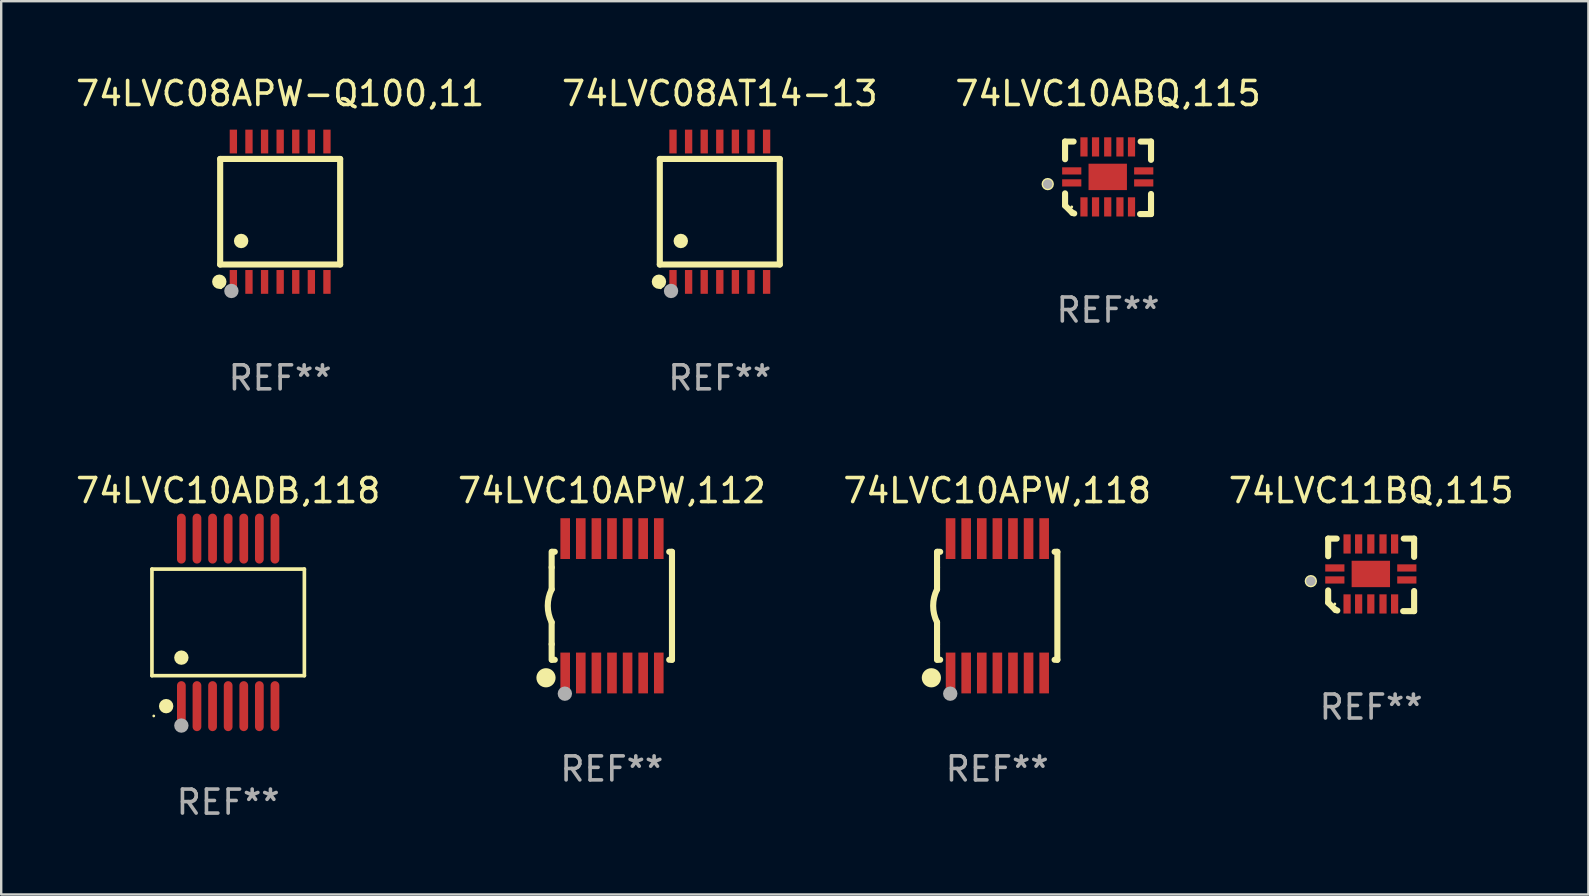
<source format=kicad_pcb>
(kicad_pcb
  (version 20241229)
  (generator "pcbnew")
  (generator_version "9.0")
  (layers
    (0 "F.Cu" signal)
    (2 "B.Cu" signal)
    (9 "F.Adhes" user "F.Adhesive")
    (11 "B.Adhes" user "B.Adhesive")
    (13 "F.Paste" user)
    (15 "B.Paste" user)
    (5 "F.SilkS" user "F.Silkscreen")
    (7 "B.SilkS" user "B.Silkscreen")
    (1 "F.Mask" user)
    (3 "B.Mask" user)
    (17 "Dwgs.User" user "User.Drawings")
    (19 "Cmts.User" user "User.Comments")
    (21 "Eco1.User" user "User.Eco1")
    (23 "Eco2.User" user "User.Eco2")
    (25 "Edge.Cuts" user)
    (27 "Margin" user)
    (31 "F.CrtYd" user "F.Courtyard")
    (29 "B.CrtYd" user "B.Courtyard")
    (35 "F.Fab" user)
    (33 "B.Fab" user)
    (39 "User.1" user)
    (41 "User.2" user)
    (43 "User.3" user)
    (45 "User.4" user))
  (footprint "74LVC08AT14-13"
    (layer "F.Cu")
    (at 26.946 5.773)
    (property "Reference" "74LVC08AT14-13" (at 0 -4.925 0) (layer "F.SilkS") (effects (font (size 1 1) (thickness 0.15))))
    (attr through_hole)
    (fp_line (start -2.5 2.2) (end -2.5 -2.2) (stroke (width 0.254) (type solid)) (layer "F.SilkS"))
    (fp_line (start -2.5 2.2) (end 2.5 2.2) (stroke (width 0.254) (type solid)) (layer "F.SilkS"))
    (fp_line (start 2.5 -2.2) (end -2.5 -2.2) (stroke (width 0.254) (type solid)) (layer "F.SilkS"))
    (fp_line (start 2.5 -2.2) (end 2.5 2.2) (stroke (width 0.254) (type solid)) (layer "F.SilkS"))
    (fp_circle (center -2.536 2.917) (end -2.386 2.917) (stroke (width 0.3) (type solid)) (fill no) (layer "F.SilkS"))
    (fp_circle (center -2.47 3.17) (end -2.44 3.17) (stroke (width 0.06) (type solid)) (fill no) (layer "F.SilkS"))
    (fp_circle (center -1.626 1.219) (end -1.475 1.219) (stroke (width 0.3) (type solid)) (fill no) (layer "F.SilkS"))
    (fp_circle (center -2.032 3.302) (end -1.882 3.302) (stroke (width 0.3) (type solid)) (fill no) (layer "F.Fab"))
    (fp_text user "REF**" (at 0 6.925 0) (layer "F.Fab") (effects (font (size 1 1) (thickness 0.15))))
    (pad "1" smd rect (at -1.95 2.925) (size 0.305 0.991) (layers "F.Cu" "F.Mask" "F.Paste"))
    (pad "2" smd rect (at -1.3 2.925) (size 0.305 0.991) (layers "F.Cu" "F.Mask" "F.Paste"))
    (pad "3" smd rect (at -0.65 2.925) (size 0.305 0.991) (layers "F.Cu" "F.Mask" "F.Paste"))
    (pad "4" smd rect (at 0 2.925) (size 0.305 0.991) (layers "F.Cu" "F.Mask" "F.Paste"))
    (pad "5" smd rect (at 0.65 2.925) (size 0.305 0.991) (layers "F.Cu" "F.Mask" "F.Paste"))
    (pad "6" smd rect (at 1.3 2.925) (size 0.305 0.991) (layers "F.Cu" "F.Mask" "F.Paste"))
    (pad "7" smd rect (at 1.95 2.925) (size 0.305 0.991) (layers "F.Cu" "F.Mask" "F.Paste"))
    (pad "8" smd rect (at 1.95 -2.925) (size 0.305 0.991) (layers "F.Cu" "F.Mask" "F.Paste"))
    (pad "9" smd rect (at 1.3 -2.925) (size 0.305 0.991) (layers "F.Cu" "F.Mask" "F.Paste"))
    (pad "10" smd rect (at 0.65 -2.925) (size 0.305 0.991) (layers "F.Cu" "F.Mask" "F.Paste"))
    (pad "11" smd rect (at 0 -2.925) (size 0.305 0.991) (layers "F.Cu" "F.Mask" "F.Paste"))
    (pad "12" smd rect (at -0.65 -2.925) (size 0.305 0.991) (layers "F.Cu" "F.Mask" "F.Paste"))
    (pad "13" smd rect (at -1.3 -2.925) (size 0.305 0.991) (layers "F.Cu" "F.Mask" "F.Paste"))
    (pad "14" smd rect (at -1.95 -2.925) (size 0.305 0.991) (layers "F.Cu" "F.Mask" "F.Paste")))
  (footprint "74LVC10ABQ,115"
    (layer "F.Cu")
    (at 43.125 4.36)
    (property "Reference" "74LVC10ABQ,115" (at 0 -3.511 0) (layer "F.SilkS") (effects (font (size 1 1) (thickness 0.15))))
    (attr through_hole)
    (fp_line (start -1.791 -1.511) (end -1.435 -1.511) (stroke (width 0.254) (type solid)) (layer "F.SilkS"))
    (fp_line (start -1.791 -0.775) (end -1.791 -1.511) (stroke (width 0.254) (type solid)) (layer "F.SilkS"))
    (fp_line (start -1.791 1.156) (end -1.791 0.648) (stroke (width 0.254) (type solid)) (layer "F.SilkS"))
    (fp_line (start -1.486 1.461) (end -1.791 1.156) (stroke (width 0.254) (type solid)) (layer "F.SilkS"))
    (fp_line (start -1.41 1.486) (end -1.486 1.461) (stroke (width 0.254) (type solid)) (layer "F.SilkS"))
    (fp_line (start 1.334 1.511) (end 1.791 1.511) (stroke (width 0.254) (type solid)) (layer "F.SilkS"))
    (fp_line (start 1.791 -1.511) (end 1.359 -1.511) (stroke (width 0.254) (type solid)) (layer "F.SilkS"))
    (fp_line (start 1.791 -0.749) (end 1.791 -1.511) (stroke (width 0.254) (type solid)) (layer "F.SilkS"))
    (fp_line (start 1.791 1.511) (end 1.791 0.673) (stroke (width 0.254) (type solid)) (layer "F.SilkS"))
    (fp_circle (center -2.513 0.262) (end -2.383 0.262) (stroke (width 0.254) (type solid)) (fill no) (layer "F.SilkS"))
    (fp_circle (center -1.513 1.212) (end -1.483 1.212) (stroke (width 0.06) (type solid)) (fill no) (layer "F.SilkS"))
    (fp_circle (center -2.513 0.262) (end -2.413 0.262) (stroke (width 0.2) (type solid)) (fill no) (layer "F.Fab"))
    (fp_text user "REF**" (at 0 5.511 0) (layer "F.Fab") (effects (font (size 1 1) (thickness 0.15))))
    (pad "1" smd rect (at -1.513 0.212) (size 0.8 0.3) (layers "F.Cu" "F.Mask" "F.Paste"))
    (pad "2" smd rect (at -1.003 1.212) (size 0.3 0.8) (layers "F.Cu" "F.Mask" "F.Paste"))
    (pad "3" smd rect (at -0.521 1.212) (size 0.3 0.8) (layers "F.Cu" "F.Mask" "F.Paste"))
    (pad "4" smd rect (at -0.013 1.212) (size 0.3 0.8) (layers "F.Cu" "F.Mask" "F.Paste"))
    (pad "5" smd rect (at 0.495 1.212) (size 0.3 0.8) (layers "F.Cu" "F.Mask" "F.Paste"))
    (pad "6" smd rect (at 0.978 1.212) (size 0.3 0.8) (layers "F.Cu" "F.Mask" "F.Paste"))
    (pad "7" smd rect (at 1.487 0.212) (size 0.8 0.3) (layers "F.Cu" "F.Mask" "F.Paste"))
    (pad "8" smd rect (at 1.487 -0.288) (size 0.8 0.3) (layers "F.Cu" "F.Mask" "F.Paste"))
    (pad "9" smd rect (at 0.978 -1.288) (size 0.3 0.8) (layers "F.Cu" "F.Mask" "F.Paste"))
    (pad "10" smd rect (at 0.495 -1.288) (size 0.3 0.8) (layers "F.Cu" "F.Mask" "F.Paste"))
    (pad "11" smd rect (at -0.013 -1.288) (size 0.3 0.8) (layers "F.Cu" "F.Mask" "F.Paste"))
    (pad "12" smd rect (at -0.521 -1.288) (size 0.3 0.8) (layers "F.Cu" "F.Mask" "F.Paste"))
    (pad "13" smd rect (at -1.003 -1.288) (size 0.3 0.8) (layers "F.Cu" "F.Mask" "F.Paste"))
    (pad "14" smd rect (at -1.513 -0.288) (size 0.8 0.3) (layers "F.Cu" "F.Mask" "F.Paste"))
    (pad "15" smd rect (at -0.013 -0.038 90) (size 1.1 1.6) (layers "F.Cu" "F.Mask" "F.Paste")))
  (footprint "74LVC11BQ,115"
    (layer "F.Cu")
    (at 54.089 20.906)
    (property "Reference" "74LVC11BQ,115" (at 0 -3.511 0) (layer "F.SilkS") (effects (font (size 1 1) (thickness 0.15))))
    (attr through_hole)
    (fp_line (start -1.791 -1.511) (end -1.435 -1.511) (stroke (width 0.254) (type solid)) (layer "F.SilkS"))
    (fp_line (start -1.791 -0.775) (end -1.791 -1.511) (stroke (width 0.254) (type solid)) (layer "F.SilkS"))
    (fp_line (start -1.791 1.156) (end -1.791 0.648) (stroke (width 0.254) (type solid)) (layer "F.SilkS"))
    (fp_line (start -1.486 1.461) (end -1.791 1.156) (stroke (width 0.254) (type solid)) (layer "F.SilkS"))
    (fp_line (start -1.41 1.486) (end -1.486 1.461) (stroke (width 0.254) (type solid)) (layer "F.SilkS"))
    (fp_line (start 1.334 1.511) (end 1.791 1.511) (stroke (width 0.254) (type solid)) (layer "F.SilkS"))
    (fp_line (start 1.791 -1.511) (end 1.359 -1.511) (stroke (width 0.254) (type solid)) (layer "F.SilkS"))
    (fp_line (start 1.791 -0.749) (end 1.791 -1.511) (stroke (width 0.254) (type solid)) (layer "F.SilkS"))
    (fp_line (start 1.791 1.511) (end 1.791 0.673) (stroke (width 0.254) (type solid)) (layer "F.SilkS"))
    (fp_circle (center -2.513 0.262) (end -2.383 0.262) (stroke (width 0.254) (type solid)) (fill no) (layer "F.SilkS"))
    (fp_circle (center -1.513 1.212) (end -1.483 1.212) (stroke (width 0.06) (type solid)) (fill no) (layer "F.SilkS"))
    (fp_circle (center -2.513 0.262) (end -2.413 0.262) (stroke (width 0.2) (type solid)) (fill no) (layer "F.Fab"))
    (fp_text user "REF**" (at 0 5.511 0) (layer "F.Fab") (effects (font (size 1 1) (thickness 0.15))))
    (pad "1" smd rect (at -1.513 0.212) (size 0.8 0.3) (layers "F.Cu" "F.Mask" "F.Paste"))
    (pad "2" smd rect (at -1.003 1.212) (size 0.3 0.8) (layers "F.Cu" "F.Mask" "F.Paste"))
    (pad "3" smd rect (at -0.521 1.212) (size 0.3 0.8) (layers "F.Cu" "F.Mask" "F.Paste"))
    (pad "4" smd rect (at -0.013 1.212) (size 0.3 0.8) (layers "F.Cu" "F.Mask" "F.Paste"))
    (pad "5" smd rect (at 0.495 1.212) (size 0.3 0.8) (layers "F.Cu" "F.Mask" "F.Paste"))
    (pad "6" smd rect (at 0.978 1.212) (size 0.3 0.8) (layers "F.Cu" "F.Mask" "F.Paste"))
    (pad "7" smd rect (at 1.487 0.212) (size 0.8 0.3) (layers "F.Cu" "F.Mask" "F.Paste"))
    (pad "8" smd rect (at 1.487 -0.288) (size 0.8 0.3) (layers "F.Cu" "F.Mask" "F.Paste"))
    (pad "9" smd rect (at 0.978 -1.288) (size 0.3 0.8) (layers "F.Cu" "F.Mask" "F.Paste"))
    (pad "10" smd rect (at 0.495 -1.288) (size 0.3 0.8) (layers "F.Cu" "F.Mask" "F.Paste"))
    (pad "11" smd rect (at -0.013 -1.288) (size 0.3 0.8) (layers "F.Cu" "F.Mask" "F.Paste"))
    (pad "12" smd rect (at -0.521 -1.288) (size 0.3 0.8) (layers "F.Cu" "F.Mask" "F.Paste"))
    (pad "13" smd rect (at -1.003 -1.288) (size 0.3 0.8) (layers "F.Cu" "F.Mask" "F.Paste"))
    (pad "14" smd rect (at -1.513 -0.288) (size 0.8 0.3) (layers "F.Cu" "F.Mask" "F.Paste"))
    (pad "15" smd rect (at -0.013 -0.038 90) (size 1.1 1.6) (layers "F.Cu" "F.Mask" "F.Paste")))
  (footprint "74LVC10APW,118"
    (layer "F.Cu")
    (at 38.506 22.195)
    (property "Reference" "74LVC10APW,118" (at 0 -4.8 0) (layer "F.SilkS") (effects (font (size 1 1) (thickness 0.15))))
    (attr through_hole)
    (fp_line (start -2.507 -1.6) (end -2.507 -2.25) (stroke (width 0.254) (type solid)) (layer "F.SilkS"))
    (fp_line (start -2.507 -0.686) (end -2.507 -1.6) (stroke (width 0.254) (type solid)) (layer "F.SilkS"))
    (fp_line (start -2.507 1.6) (end -2.507 0.686) (stroke (width 0.254) (type solid)) (layer "F.SilkS"))
    (fp_line (start -2.507 1.6) (end -2.507 2.25) (stroke (width 0.254) (type solid)) (layer "F.SilkS"))
    (fp_line (start -2.493 -2.25) (end -2.377 -2.25) (stroke (width 0.254) (type solid)) (layer "F.SilkS"))
    (fp_line (start -2.377 2.25) (end -2.493 2.25) (stroke (width 0.254) (type solid)) (layer "F.SilkS"))
    (fp_line (start 2.392 -2.25) (end 2.507 -2.25) (stroke (width 0.254) (type solid)) (layer "F.SilkS"))
    (fp_line (start 2.507 -2.25) (end 2.507 2.25) (stroke (width 0.254) (type solid)) (layer "F.SilkS"))
    (fp_line (start 2.507 2.25) (end 2.392 2.25) (stroke (width 0.254) (type solid)) (layer "F.SilkS"))
    (fp_arc (start -2.507303 0.685802) (mid -2.669199 0) (end -2.507303 -0.685801) (stroke (width 0.254001) (type solid)) (layer "F.SilkS"))
    (fp_circle (center -2.743 3) (end -2.543 3) (stroke (width 0.4) (type solid)) (fill no) (layer "F.SilkS"))
    (fp_circle (center -2.493 3.2) (end -2.463 3.2) (stroke (width 0.06) (type solid)) (fill no) (layer "F.SilkS"))
    (fp_circle (center -1.957 3.662) (end -1.807 3.662) (stroke (width 0.3) (type solid)) (fill no) (layer "F.Fab"))
    (fp_text user "REF**" (at 0 6.8 0) (layer "F.Fab") (effects (font (size 1 1) (thickness 0.15))))
    (pad "1" smd rect (at -1.943 2.8) (size 0.4 1.7) (layers "F.Cu" "F.Mask" "F.Paste"))
    (pad "2" smd rect (at -1.293 2.8) (size 0.4 1.7) (layers "F.Cu" "F.Mask" "F.Paste"))
    (pad "3" smd rect (at -0.643 2.8) (size 0.4 1.7) (layers "F.Cu" "F.Mask" "F.Paste"))
    (pad "4" smd rect (at 0.007 2.8) (size 0.4 1.7) (layers "F.Cu" "F.Mask" "F.Paste"))
    (pad "5" smd rect (at 0.657 2.8) (size 0.4 1.7) (layers "F.Cu" "F.Mask" "F.Paste"))
    (pad "6" smd rect (at 1.307 2.8) (size 0.4 1.7) (layers "F.Cu" "F.Mask" "F.Paste"))
    (pad "7" smd rect (at 1.957 2.8) (size 0.4 1.7) (layers "F.Cu" "F.Mask" "F.Paste"))
    (pad "8" smd rect (at 1.957 -2.8) (size 0.4 1.7) (layers "F.Cu" "F.Mask" "F.Paste"))
    (pad "9" smd rect (at 1.307 -2.8) (size 0.4 1.7) (layers "F.Cu" "F.Mask" "F.Paste"))
    (pad "10" smd rect (at 0.657 -2.8) (size 0.4 1.7) (layers "F.Cu" "F.Mask" "F.Paste"))
    (pad "11" smd rect (at 0.007 -2.8) (size 0.4 1.7) (layers "F.Cu" "F.Mask" "F.Paste"))
    (pad "12" smd rect (at -0.643 -2.8) (size 0.4 1.7) (layers "F.Cu" "F.Mask" "F.Paste"))
    (pad "13" smd rect (at -1.293 -2.8) (size 0.4 1.7) (layers "F.Cu" "F.Mask" "F.Paste"))
    (pad "14" smd rect (at -1.943 -2.8) (size 0.4 1.7) (layers "F.Cu" "F.Mask" "F.Paste")))
  (footprint "74LVC08APW-Q100,11"
    (layer "F.Cu")
    (at 8.625 5.773)
    (property "Reference" "74LVC08APW-Q100,11" (at 0 -4.925 0) (layer "F.SilkS") (effects (font (size 1 1) (thickness 0.15))))
    (attr through_hole)
    (fp_line (start -2.5 2.2) (end -2.5 -2.2) (stroke (width 0.254) (type solid)) (layer "F.SilkS"))
    (fp_line (start -2.5 2.2) (end 2.5 2.2) (stroke (width 0.254) (type solid)) (layer "F.SilkS"))
    (fp_line (start 2.5 -2.2) (end -2.5 -2.2) (stroke (width 0.254) (type solid)) (layer "F.SilkS"))
    (fp_line (start 2.5 -2.2) (end 2.5 2.2) (stroke (width 0.254) (type solid)) (layer "F.SilkS"))
    (fp_circle (center -2.536 2.917) (end -2.386 2.917) (stroke (width 0.3) (type solid)) (fill no) (layer "F.SilkS"))
    (fp_circle (center -2.47 3.17) (end -2.44 3.17) (stroke (width 0.06) (type solid)) (fill no) (layer "F.SilkS"))
    (fp_circle (center -1.626 1.219) (end -1.475 1.219) (stroke (width 0.3) (type solid)) (fill no) (layer "F.SilkS"))
    (fp_circle (center -2.032 3.302) (end -1.882 3.302) (stroke (width 0.3) (type solid)) (fill no) (layer "F.Fab"))
    (fp_text user "REF**" (at 0 6.925 0) (layer "F.Fab") (effects (font (size 1 1) (thickness 0.15))))
    (pad "1" smd rect (at -1.95 2.925) (size 0.305 0.991) (layers "F.Cu" "F.Mask" "F.Paste"))
    (pad "2" smd rect (at -1.3 2.925) (size 0.305 0.991) (layers "F.Cu" "F.Mask" "F.Paste"))
    (pad "3" smd rect (at -0.65 2.925) (size 0.305 0.991) (layers "F.Cu" "F.Mask" "F.Paste"))
    (pad "4" smd rect (at 0 2.925) (size 0.305 0.991) (layers "F.Cu" "F.Mask" "F.Paste"))
    (pad "5" smd rect (at 0.65 2.925) (size 0.305 0.991) (layers "F.Cu" "F.Mask" "F.Paste"))
    (pad "6" smd rect (at 1.3 2.925) (size 0.305 0.991) (layers "F.Cu" "F.Mask" "F.Paste"))
    (pad "7" smd rect (at 1.95 2.925) (size 0.305 0.991) (layers "F.Cu" "F.Mask" "F.Paste"))
    (pad "8" smd rect (at 1.95 -2.925) (size 0.305 0.991) (layers "F.Cu" "F.Mask" "F.Paste"))
    (pad "9" smd rect (at 1.3 -2.925) (size 0.305 0.991) (layers "F.Cu" "F.Mask" "F.Paste"))
    (pad "10" smd rect (at 0.65 -2.925) (size 0.305 0.991) (layers "F.Cu" "F.Mask" "F.Paste"))
    (pad "11" smd rect (at 0 -2.925) (size 0.305 0.991) (layers "F.Cu" "F.Mask" "F.Paste"))
    (pad "12" smd rect (at -0.65 -2.925) (size 0.305 0.991) (layers "F.Cu" "F.Mask" "F.Paste"))
    (pad "13" smd rect (at -1.3 -2.925) (size 0.305 0.991) (layers "F.Cu" "F.Mask" "F.Paste"))
    (pad "14" smd rect (at -1.95 -2.925) (size 0.305 0.991) (layers "F.Cu" "F.Mask" "F.Paste")))
  (footprint "74LVC10APW,112"
    (layer "F.Cu")
    (at 22.446 22.195)
    (property "Reference" "74LVC10APW,112" (at 0 -4.8 0) (layer "F.SilkS") (effects (font (size 1 1) (thickness 0.15))))
    (attr through_hole)
    (fp_line (start -2.507 -1.6) (end -2.507 -2.25) (stroke (width 0.254) (type solid)) (layer "F.SilkS"))
    (fp_line (start -2.507 -0.686) (end -2.507 -1.6) (stroke (width 0.254) (type solid)) (layer "F.SilkS"))
    (fp_line (start -2.507 1.6) (end -2.507 0.686) (stroke (width 0.254) (type solid)) (layer "F.SilkS"))
    (fp_line (start -2.507 1.6) (end -2.507 2.25) (stroke (width 0.254) (type solid)) (layer "F.SilkS"))
    (fp_line (start -2.493 -2.25) (end -2.377 -2.25) (stroke (width 0.254) (type solid)) (layer "F.SilkS"))
    (fp_line (start -2.377 2.25) (end -2.493 2.25) (stroke (width 0.254) (type solid)) (layer "F.SilkS"))
    (fp_line (start 2.392 -2.25) (end 2.507 -2.25) (stroke (width 0.254) (type solid)) (layer "F.SilkS"))
    (fp_line (start 2.507 -2.25) (end 2.507 2.25) (stroke (width 0.254) (type solid)) (layer "F.SilkS"))
    (fp_line (start 2.507 2.25) (end 2.392 2.25) (stroke (width 0.254) (type solid)) (layer "F.SilkS"))
    (fp_arc (start -2.507303 0.685802) (mid -2.669199 0) (end -2.507303 -0.685801) (stroke (width 0.254001) (type solid)) (layer "F.SilkS"))
    (fp_circle (center -2.743 3) (end -2.543 3) (stroke (width 0.4) (type solid)) (fill no) (layer "F.SilkS"))
    (fp_circle (center -2.493 3.2) (end -2.463 3.2) (stroke (width 0.06) (type solid)) (fill no) (layer "F.SilkS"))
    (fp_circle (center -1.957 3.662) (end -1.807 3.662) (stroke (width 0.3) (type solid)) (fill no) (layer "F.Fab"))
    (fp_text user "REF**" (at 0 6.8 0) (layer "F.Fab") (effects (font (size 1 1) (thickness 0.15))))
    (pad "1" smd rect (at -1.943 2.8) (size 0.4 1.7) (layers "F.Cu" "F.Mask" "F.Paste"))
    (pad "2" smd rect (at -1.293 2.8) (size 0.4 1.7) (layers "F.Cu" "F.Mask" "F.Paste"))
    (pad "3" smd rect (at -0.643 2.8) (size 0.4 1.7) (layers "F.Cu" "F.Mask" "F.Paste"))
    (pad "4" smd rect (at 0.007 2.8) (size 0.4 1.7) (layers "F.Cu" "F.Mask" "F.Paste"))
    (pad "5" smd rect (at 0.657 2.8) (size 0.4 1.7) (layers "F.Cu" "F.Mask" "F.Paste"))
    (pad "6" smd rect (at 1.307 2.8) (size 0.4 1.7) (layers "F.Cu" "F.Mask" "F.Paste"))
    (pad "7" smd rect (at 1.957 2.8) (size 0.4 1.7) (layers "F.Cu" "F.Mask" "F.Paste"))
    (pad "8" smd rect (at 1.957 -2.8) (size 0.4 1.7) (layers "F.Cu" "F.Mask" "F.Paste"))
    (pad "9" smd rect (at 1.307 -2.8) (size 0.4 1.7) (layers "F.Cu" "F.Mask" "F.Paste"))
    (pad "10" smd rect (at 0.657 -2.8) (size 0.4 1.7) (layers "F.Cu" "F.Mask" "F.Paste"))
    (pad "11" smd rect (at 0.007 -2.8) (size 0.4 1.7) (layers "F.Cu" "F.Mask" "F.Paste"))
    (pad "12" smd rect (at -0.643 -2.8) (size 0.4 1.7) (layers "F.Cu" "F.Mask" "F.Paste"))
    (pad "13" smd rect (at -1.293 -2.8) (size 0.4 1.7) (layers "F.Cu" "F.Mask" "F.Paste"))
    (pad "14" smd rect (at -1.943 -2.8) (size 0.4 1.7) (layers "F.Cu" "F.Mask" "F.Paste")))
  (footprint "74LVC10ADB,118"
    (layer "F.Cu")
    (at 6.458 22.886)
    (property "Reference" "74LVC10ADB,118" (at 0 -5.491 0) (layer "F.SilkS") (effects (font (size 1 1) (thickness 0.15))))
    (attr through_hole)
    (fp_line (start -3.176 -2.221) (end 3.176 -2.221) (stroke (width 0.152) (type solid)) (layer "F.SilkS"))
    (fp_line (start -3.176 2.221) (end -3.176 -2.221) (stroke (width 0.152) (type solid)) (layer "F.SilkS"))
    (fp_line (start 3.176 -2.221) (end 3.176 2.221) (stroke (width 0.152) (type solid)) (layer "F.SilkS"))
    (fp_line (start 3.176 2.221) (end -3.176 2.221) (stroke (width 0.152) (type solid)) (layer "F.SilkS"))
    (fp_circle (center -3.1 3.9) (end -3.07 3.9) (stroke (width 0.06) (type solid)) (fill no) (layer "F.SilkS"))
    (fp_circle (center -2.584 3.491) (end -2.434 3.491) (stroke (width 0.3) (type solid)) (fill no) (layer "F.SilkS"))
    (fp_circle (center -1.95 1.469) (end -1.8 1.469) (stroke (width 0.3) (type solid)) (fill no) (layer "F.SilkS"))
    (fp_circle (center -1.95 4.3) (end -1.8 4.3) (stroke (width 0.3) (type solid)) (fill no) (layer "F.Fab"))
    (fp_text user "REF**" (at 0 7.491 0) (layer "F.Fab") (effects (font (size 1 1) (thickness 0.15))))
    (pad "1" smd oval (at -1.95 3.491) (size 0.364 2.082) (layers "F.Cu" "F.Mask" "F.Paste"))
    (pad "2" smd oval (at -1.3 3.491) (size 0.364 2.082) (layers "F.Cu" "F.Mask" "F.Paste"))
    (pad "3" smd oval (at -0.65 3.491) (size 0.364 2.082) (layers "F.Cu" "F.Mask" "F.Paste"))
    (pad "4" smd oval (at 0 3.491) (size 0.364 2.082) (layers "F.Cu" "F.Mask" "F.Paste"))
    (pad "5" smd oval (at 0.65 3.491) (size 0.364 2.082) (layers "F.Cu" "F.Mask" "F.Paste"))
    (pad "6" smd oval (at 1.3 3.491) (size 0.364 2.082) (layers "F.Cu" "F.Mask" "F.Paste"))
    (pad "7" smd oval (at 1.95 3.491) (size 0.364 2.082) (layers "F.Cu" "F.Mask" "F.Paste"))
    (pad "8" smd oval (at 1.95 -3.491) (size 0.364 2.082) (layers "F.Cu" "F.Mask" "F.Paste"))
    (pad "9" smd oval (at 1.3 -3.491) (size 0.364 2.082) (layers "F.Cu" "F.Mask" "F.Paste"))
    (pad "10" smd oval (at 0.65 -3.491) (size 0.364 2.082) (layers "F.Cu" "F.Mask" "F.Paste"))
    (pad "11" smd oval (at 0 -3.491) (size 0.364 2.082) (layers "F.Cu" "F.Mask" "F.Paste"))
    (pad "12" smd oval (at -0.65 -3.491) (size 0.364 2.082) (layers "F.Cu" "F.Mask" "F.Paste"))
    (pad "13" smd oval (at -1.3 -3.491) (size 0.364 2.082) (layers "F.Cu" "F.Mask" "F.Paste"))
    (pad "14" smd oval (at -1.95 -3.491) (size 0.364 2.082) (layers "F.Cu" "F.Mask" "F.Paste")))
  (gr_rect
    (start -3 -3)
    (end 63.143 34.225)
    (stroke (width 0.1) (type default))
    (fill no)
    (layer "Edge.Cuts")))
</source>
